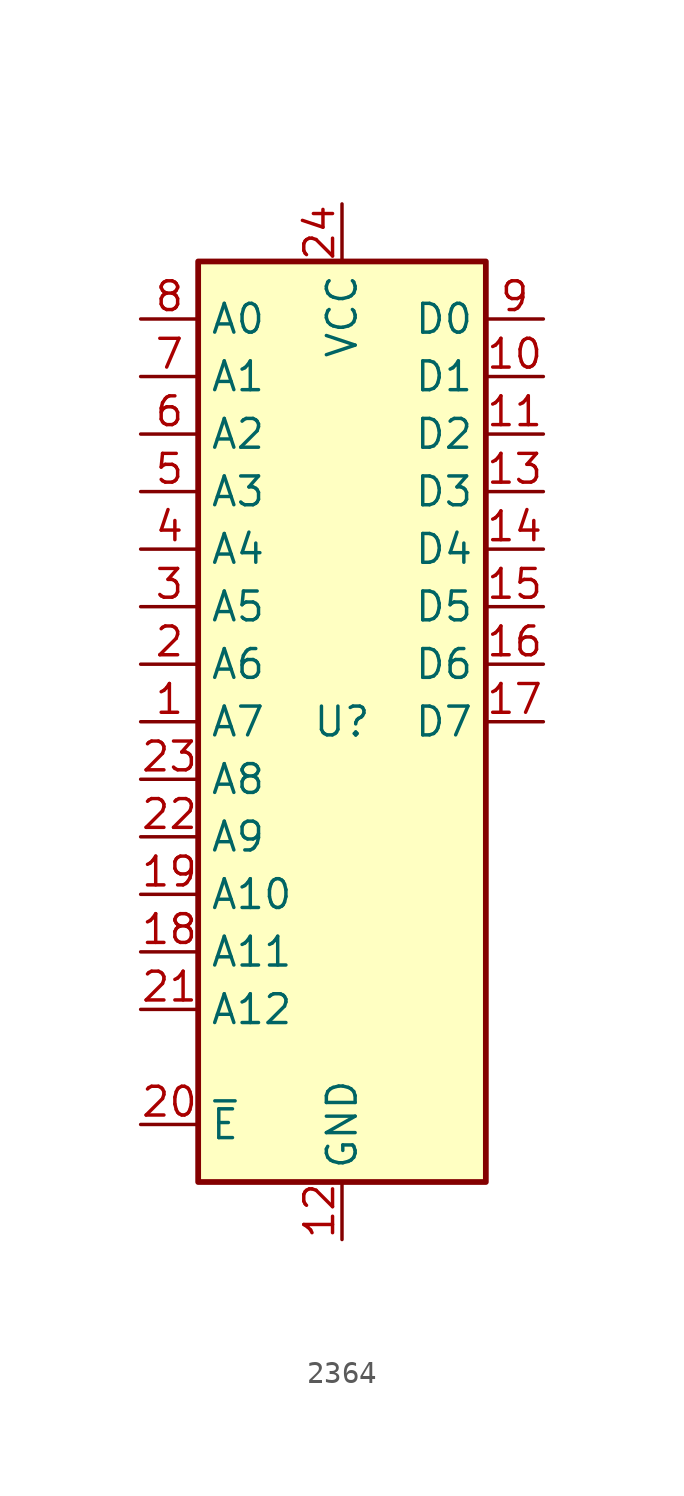
<source format=kicad_sym>
(kicad_symbol_lib
  (version 20220914)
  (generator kicad_symbol_editor)
  (symbol "2364"
    (property "Reference" "U"
      (at 0 0 0)
      (effects (font (size 1.27 1.27))))
    (property "Value" ""
      (at 0 0 0)
      (effects (font (size 1.27 1.27))))
    (symbol "2364_0_1"
      (rectangle (start -6.35 20.32) (end 6.35 -20.32) (stroke (width 0.254) (type default)) (fill (type background))))
    (symbol "2364_1_1"
      (pin input line (at -8.89 0 0) (length 2.54) (name "A7" (effects (font (size 1.27 1.27)))) (number "1" (effects (font (size 1.27 1.27)))))
      (pin tri_state line (at 8.89 15.24 180) (length 2.54) (name "D1" (effects (font (size 1.27 1.27)))) (number "10" (effects (font (size 1.27 1.27)))))
      (pin tri_state line (at 8.89 12.7 180) (length 2.54) (name "D2" (effects (font (size 1.27 1.27)))) (number "11" (effects (font (size 1.27 1.27)))))
      (pin power_in line (at 0 -22.86 90) (length 2.54) (name "GND" (effects (font (size 1.27 1.27)))) (number "12" (effects (font (size 1.27 1.27)))))
      (pin tri_state line (at 8.89 10.16 180) (length 2.54) (name "D3" (effects (font (size 1.27 1.27)))) (number "13" (effects (font (size 1.27 1.27)))))
      (pin tri_state line (at 8.89 7.62 180) (length 2.54) (name "D4" (effects (font (size 1.27 1.27)))) (number "14" (effects (font (size 1.27 1.27)))))
      (pin tri_state line (at 8.89 5.08 180) (length 2.54) (name "D5" (effects (font (size 1.27 1.27)))) (number "15" (effects (font (size 1.27 1.27)))))
      (pin tri_state line (at 8.89 2.54 180) (length 2.54) (name "D6" (effects (font (size 1.27 1.27)))) (number "16" (effects (font (size 1.27 1.27)))))
      (pin tri_state line (at 8.89 0 180) (length 2.54) (name "D7" (effects (font (size 1.27 1.27)))) (number "17" (effects (font (size 1.27 1.27)))))
      (pin input line (at -8.89 -10.16 0) (length 2.54) (name "A11" (effects (font (size 1.27 1.27)))) (number "18" (effects (font (size 1.27 1.27)))))
      (pin input line (at -8.89 -7.62 0) (length 2.54) (name "A10" (effects (font (size 1.27 1.27)))) (number "19" (effects (font (size 1.27 1.27)))))
      (pin input line (at -8.89 2.54 0) (length 2.54) (name "A6" (effects (font (size 1.27 1.27)))) (number "2" (effects (font (size 1.27 1.27)))))
      (pin input line (at -8.89 -17.78 0) (length 2.54) (name "~{E}" (effects (font (size 1.27 1.27)))) (number "20" (effects (font (size 1.27 1.27)))))
      (pin input line (at -8.89 -12.7 0) (length 2.54) (name "A12" (effects (font (size 1.27 1.27)))) (number "21" (effects (font (size 1.27 1.27)))))
      (pin input line (at -8.89 -5.08 0) (length 2.54) (name "A9" (effects (font (size 1.27 1.27)))) (number "22" (effects (font (size 1.27 1.27)))))
      (pin input line (at -8.89 -2.54 0) (length 2.54) (name "A8" (effects (font (size 1.27 1.27)))) (number "23" (effects (font (size 1.27 1.27)))))
      (pin power_in line (at 0 22.86 270) (length 2.54) (name "VCC" (effects (font (size 1.27 1.27)))) (number "24" (effects (font (size 1.27 1.27)))))
      (pin input line (at -8.89 5.08 0) (length 2.54) (name "A5" (effects (font (size 1.27 1.27)))) (number "3" (effects (font (size 1.27 1.27)))))
      (pin input line (at -8.89 7.62 0) (length 2.54) (name "A4" (effects (font (size 1.27 1.27)))) (number "4" (effects (font (size 1.27 1.27)))))
      (pin input line (at -8.89 10.16 0) (length 2.54) (name "A3" (effects (font (size 1.27 1.27)))) (number "5" (effects (font (size 1.27 1.27)))))
      (pin input line (at -8.89 12.7 0) (length 2.54) (name "A2" (effects (font (size 1.27 1.27)))) (number "6" (effects (font (size 1.27 1.27)))))
      (pin input line (at -8.89 15.24 0) (length 2.54) (name "A1" (effects (font (size 1.27 1.27)))) (number "7" (effects (font (size 1.27 1.27)))))
      (pin input line (at -8.89 17.78 0) (length 2.54) (name "A0" (effects (font (size 1.27 1.27)))) (number "8" (effects (font (size 1.27 1.27)))))
      (pin tri_state line (at 8.89 17.78 180) (length 2.54) (name "D0" (effects (font (size 1.27 1.27)))) (number "9" (effects (font (size 1.27 1.27))))))))
</source>
